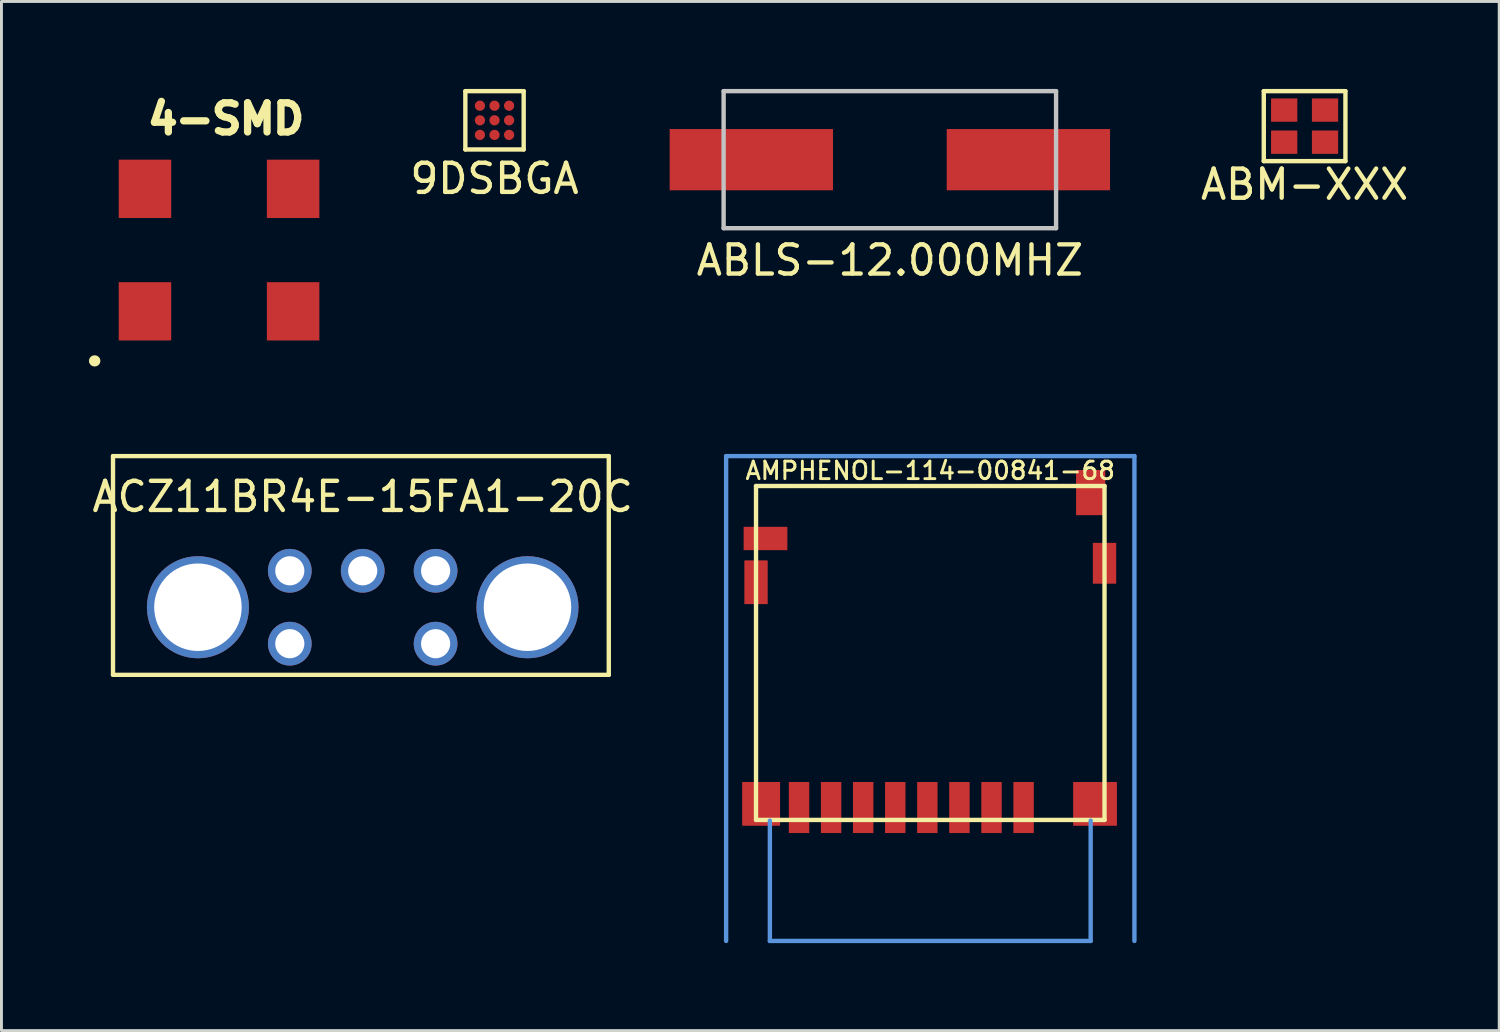
<source format=kicad_pcb>
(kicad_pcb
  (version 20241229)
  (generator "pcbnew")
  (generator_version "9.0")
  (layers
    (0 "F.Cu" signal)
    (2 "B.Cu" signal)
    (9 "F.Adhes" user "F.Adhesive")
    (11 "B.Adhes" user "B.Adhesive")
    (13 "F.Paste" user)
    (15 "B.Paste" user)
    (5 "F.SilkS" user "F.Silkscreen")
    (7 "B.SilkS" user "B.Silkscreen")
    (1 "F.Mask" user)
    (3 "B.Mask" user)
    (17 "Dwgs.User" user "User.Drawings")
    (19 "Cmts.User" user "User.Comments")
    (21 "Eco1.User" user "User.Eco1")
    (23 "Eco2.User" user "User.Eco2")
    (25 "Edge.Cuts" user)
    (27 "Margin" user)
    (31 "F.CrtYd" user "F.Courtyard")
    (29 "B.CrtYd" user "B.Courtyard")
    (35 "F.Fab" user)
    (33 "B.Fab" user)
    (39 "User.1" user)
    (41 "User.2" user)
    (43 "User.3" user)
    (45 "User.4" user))
  (footprint "ABLS-12.000MHZ"
    (layer "F.Cu")
    (at 27.463 2.425)
    (property "Reference" "ABLS-12.000MHZ" (at 0 3.45 0) (layer "F.SilkS") (effects (font (size 1 1) (thickness 0.15))))
    (attr through_hole)
    (fp_line (start -5.7 -2.35) (end -5.7 2.35) (stroke (width 0.15) (type solid)) (layer "Dwgs.User"))
    (fp_line (start 5.7 -2.35) (end -5.7 -2.35) (stroke (width 0.15) (type solid)) (layer "Dwgs.User"))
    (fp_line (start 5.7 -2.35) (end 5.7 2.35) (stroke (width 0.15) (type solid)) (layer "Dwgs.User"))
    (fp_line (start 5.7 2.35) (end -5.7 2.35) (stroke (width 0.15) (type solid)) (layer "Dwgs.User"))
    (pad "1" smd rect (at -4.75 0) (size 5.6 2.1) (layers "F.Cu" "F.Mask" "F.Paste"))
    (pad "2" smd rect (at 4.75 0) (size 5.6 2.1) (layers "F.Cu" "F.Mask" "F.Paste")))
  (footprint "ACZ11BR4E-15FA1-20C"
    (layer "F.Cu")
    (at 8.825 18.59)
    (property "Reference" "ACZ11BR4E-15FA1-20C" (at 0.562 -4.608 180) (layer "F.SilkS") (effects (font (size 1 1) (thickness 0.15))))
    (attr through_hole)
    (fp_line (start -8 -6) (end -8 1.5) (stroke (width 0.15) (type solid)) (layer "F.SilkS"))
    (fp_line (start -8 1.5) (end 9 1.5) (stroke (width 0.15) (type solid)) (layer "F.SilkS"))
    (fp_line (start 9 -6) (end -8 -6) (stroke (width 0.15) (type solid)) (layer "F.SilkS"))
    (fp_line (start 9 1.5) (end 9 -6) (stroke (width 0.15) (type solid)) (layer "F.SilkS"))
    (pad "A" thru_hole circle (at 3.062 -2.068 180) (size 1.5 1.5) (drill 1) (layers "*.Cu" "*.Mask"))
    (pad "B" thru_hole circle (at -1.938 -2.068 180) (size 1.5 1.5) (drill 1) (layers "*.Cu" "*.Mask"))
    (pad "C" thru_hole circle (at 0.562 -2.068 180) (size 1.5 1.5) (drill 1) (layers "*.Cu" "*.Mask"))
    (pad "P1" thru_hole circle (at 6.212 -0.818 180) (size 3.5 3.5) (drill 3) (layers "*.Cu" "*.Mask"))
    (pad "P2" thru_hole circle (at -5.088 -0.818 180) (size 3.5 3.5) (drill 3) (layers "*.Cu" "*.Mask"))
    (pad "S1" thru_hole circle (at 3.062 0.432 180) (size 1.5 1.5) (drill 1) (layers "*.Cu" "*.Mask"))
    (pad "S2" thru_hole circle (at -1.938 0.432 180) (size 1.5 1.5) (drill 1) (layers "*.Cu" "*.Mask")))
  (footprint "ABM-XXX"
    (layer "F.Cu")
    (at 41.685 1.275)
    (property "Reference" "ABM-XXX" (at 0 2 0) (layer "F.SilkS") (effects (font (size 1 1) (thickness 0.15))))
    (attr through_hole)
    (fp_line (start -1.4 -1.2) (end 1.4 -1.2) (stroke (width 0.15) (type solid)) (layer "F.SilkS"))
    (fp_line (start -1.4 1.2) (end -1.4 -1.2) (stroke (width 0.15) (type solid)) (layer "F.SilkS"))
    (fp_line (start 1.4 -1.2) (end 1.4 1.2) (stroke (width 0.15) (type solid)) (layer "F.SilkS"))
    (fp_line (start 1.4 1.2) (end -1.4 1.2) (stroke (width 0.15) (type solid)) (layer "F.SilkS"))
    (pad "1" smd rect (at -0.7 0.55) (size 0.9 0.8) (layers "F.Cu" "F.Mask" "F.Paste"))
    (pad "2" smd rect (at 0.7 0.55) (size 0.9 0.8) (layers "F.Cu" "F.Mask" "F.Paste"))
    (pad "3" smd rect (at 0.7 -0.55) (size 0.9 0.8) (layers "F.Cu" "F.Mask" "F.Paste"))
    (pad "4" smd rect (at -0.7 -0.55) (size 0.9 0.8) (layers "F.Cu" "F.Mask" "F.Paste")))
  (footprint "AMPHENOL-114-00841-68"
    (layer "F.Cu")
    (at 28.849 19.59)
    (property "Reference" "AMPHENOL-114-00841-68" (at 0 -6.5 0) (layer "F.SilkS") (effects (font (size 0.6 0.6) (thickness 0.1))))
    (attr through_hole)
    (fp_line (start -5.975 -5.975) (end -5.975 5.475) (stroke (width 0.15) (type solid)) (layer "F.SilkS"))
    (fp_line (start -5.975 -5.975) (end 5.975 -5.975) (stroke (width 0.15) (type solid)) (layer "F.SilkS"))
    (fp_line (start -5.975 5.475) (end 5.975 5.475) (stroke (width 0.15) (type solid)) (layer "F.SilkS"))
    (fp_line (start 5.975 5.475) (end 5.975 -5.975) (stroke (width 0.15) (type solid)) (layer "F.SilkS"))
    (fp_line (start -7 -7) (end -7 9.625) (stroke (width 0.15) (type solid)) (layer "Cmts.User"))
    (fp_line (start -7 -7) (end 7 -7) (stroke (width 0.15) (type solid)) (layer "Cmts.User"))
    (fp_line (start -5.5 5.5) (end -5.5 9.625) (stroke (width 0.15) (type solid)) (layer "Cmts.User"))
    (fp_line (start -5.5 9.625) (end 5.5 9.625) (stroke (width 0.15) (type solid)) (layer "Cmts.User"))
    (fp_line (start 5.5 9.625) (end 5.5 5.5) (stroke (width 0.15) (type solid)) (layer "Cmts.User"))
    (fp_line (start 7 -7) (end 7 9.625) (stroke (width 0.15) (type solid)) (layer "Cmts.User"))
    (pad "1" smd rect (at 3.2 5.05) (size 0.7 1.75) (layers "F.Cu" "F.Mask" "F.Paste"))
    (pad "2" smd rect (at 2.1 5.05) (size 0.7 1.75) (layers "F.Cu" "F.Mask" "F.Paste"))
    (pad "3" smd rect (at 1 5.05) (size 0.7 1.75) (layers "F.Cu" "F.Mask" "F.Paste"))
    (pad "4" smd rect (at -0.1 5.05) (size 0.7 1.75) (layers "F.Cu" "F.Mask" "F.Paste"))
    (pad "5" smd rect (at -1.2 5.05) (size 0.7 1.75) (layers "F.Cu" "F.Mask" "F.Paste"))
    (pad "6" smd rect (at -5.975 -2.675) (size 0.8 1.5) (layers "F.Cu" "F.Mask" "F.Paste"))
    (pad "6" smd rect (at -5.8 4.925) (size 1.3 1.5) (layers "F.Cu" "F.Mask" "F.Paste"))
    (pad "6" smd rect (at -2.3 5.05) (size 0.7 1.75) (layers "F.Cu" "F.Mask" "F.Paste"))
    (pad "6" smd rect (at 5.65 4.925) (size 1.5 1.5) (layers "F.Cu" "F.Mask" "F.Paste"))
    (pad "6" smd rect (at 5.975 -3.325) (size 0.8 1.4) (layers "F.Cu" "F.Mask" "F.Paste"))
    (pad "7" smd rect (at -3.4 5.05) (size 0.7 1.75) (layers "F.Cu" "F.Mask" "F.Paste"))
    (pad "8" smd rect (at -4.5 5.05) (size 0.7 1.75) (layers "F.Cu" "F.Mask" "F.Paste"))
    (pad "9" smd rect (at 5.5 -5.75) (size 1 1.55) (layers "F.Cu" "F.Mask" "F.Paste"))
    (pad "10" smd rect (at -5.65 -4.175) (size 1.5 0.8) (layers "F.Cu" "F.Mask" "F.Paste")))
  (footprint "4-SMD"
    (layer "F.Cu")
    (at 7.001 7.625)
    (property "Reference" "4-SMD" (at -2.3 -6.6 180) (layer "F.SilkS") (effects (font (size 1.001 1.001) (thickness 0.251))))
    (attr through_hole)
    (fp_line (start -6.81 1.7) (end -6.8 1.7) (stroke (width 0.381) (type solid)) (layer "F.SilkS"))
    (pad "1" smd rect (at -5.08 0) (size 1.8 2) (layers "F.Cu" "F.Mask" "F.Paste"))
    (pad "2" smd rect (at 0 0) (size 1.8 2) (layers "F.Cu" "F.Mask" "F.Paste"))
    (pad "3" smd rect (at -5.08 -4.2) (size 1.8 2) (layers "F.Cu" "F.Mask" "F.Paste"))
    (pad "4" smd rect (at 0 -4.2) (size 1.8 2) (layers "F.Cu" "F.Mask" "F.Paste")))
  (footprint "9DSBGA"
    (layer "F.Cu")
    (at 13.907 1.075)
    (property "Reference" "9DSBGA" (at 0 2 0) (layer "F.SilkS") (effects (font (size 1 1) (thickness 0.15))))
    (attr through_hole)
    (fp_line (start -1 -1) (end 1 -1) (stroke (width 0.15) (type solid)) (layer "F.SilkS"))
    (fp_line (start -1 1) (end -1 -1) (stroke (width 0.15) (type solid)) (layer "F.SilkS"))
    (fp_line (start 1 -1) (end 1 1) (stroke (width 0.15) (type solid)) (layer "F.SilkS"))
    (fp_line (start 1 1) (end -1 1) (stroke (width 0.15) (type solid)) (layer "F.SilkS"))
    (pad "A1" smd circle (at -0.5 0.5) (size 0.35 0.35) (layers "F.Cu" "F.Mask" "F.Paste"))
    (pad "A2" smd circle (at 0 0.5) (size 0.35 0.35) (layers "F.Cu" "F.Mask" "F.Paste"))
    (pad "A3" smd circle (at 0.5 0.5) (size 0.35 0.35) (layers "F.Cu" "F.Mask" "F.Paste"))
    (pad "B1" smd circle (at -0.5 0) (size 0.35 0.35) (layers "F.Cu" "F.Mask" "F.Paste"))
    (pad "B2" smd circle (at 0 0) (size 0.35 0.35) (layers "F.Cu" "F.Mask" "F.Paste"))
    (pad "B3" smd circle (at 0.5 0) (size 0.35 0.35) (layers "F.Cu" "F.Mask" "F.Paste"))
    (pad "C1" smd circle (at -0.5 -0.5) (size 0.35 0.35) (layers "F.Cu" "F.Mask" "F.Paste"))
    (pad "C2" smd circle (at 0 -0.5) (size 0.35 0.35) (layers "F.Cu" "F.Mask" "F.Paste"))
    (pad "C3" smd circle (at 0.5 -0.5) (size 0.35 0.35) (layers "F.Cu" "F.Mask" "F.Paste")))
  (gr_rect
    (start -3 -3)
    (end 48.358 32.29)
    (stroke (width 0.1) (type default))
    (fill no)
    (layer "Edge.Cuts")))
</source>
